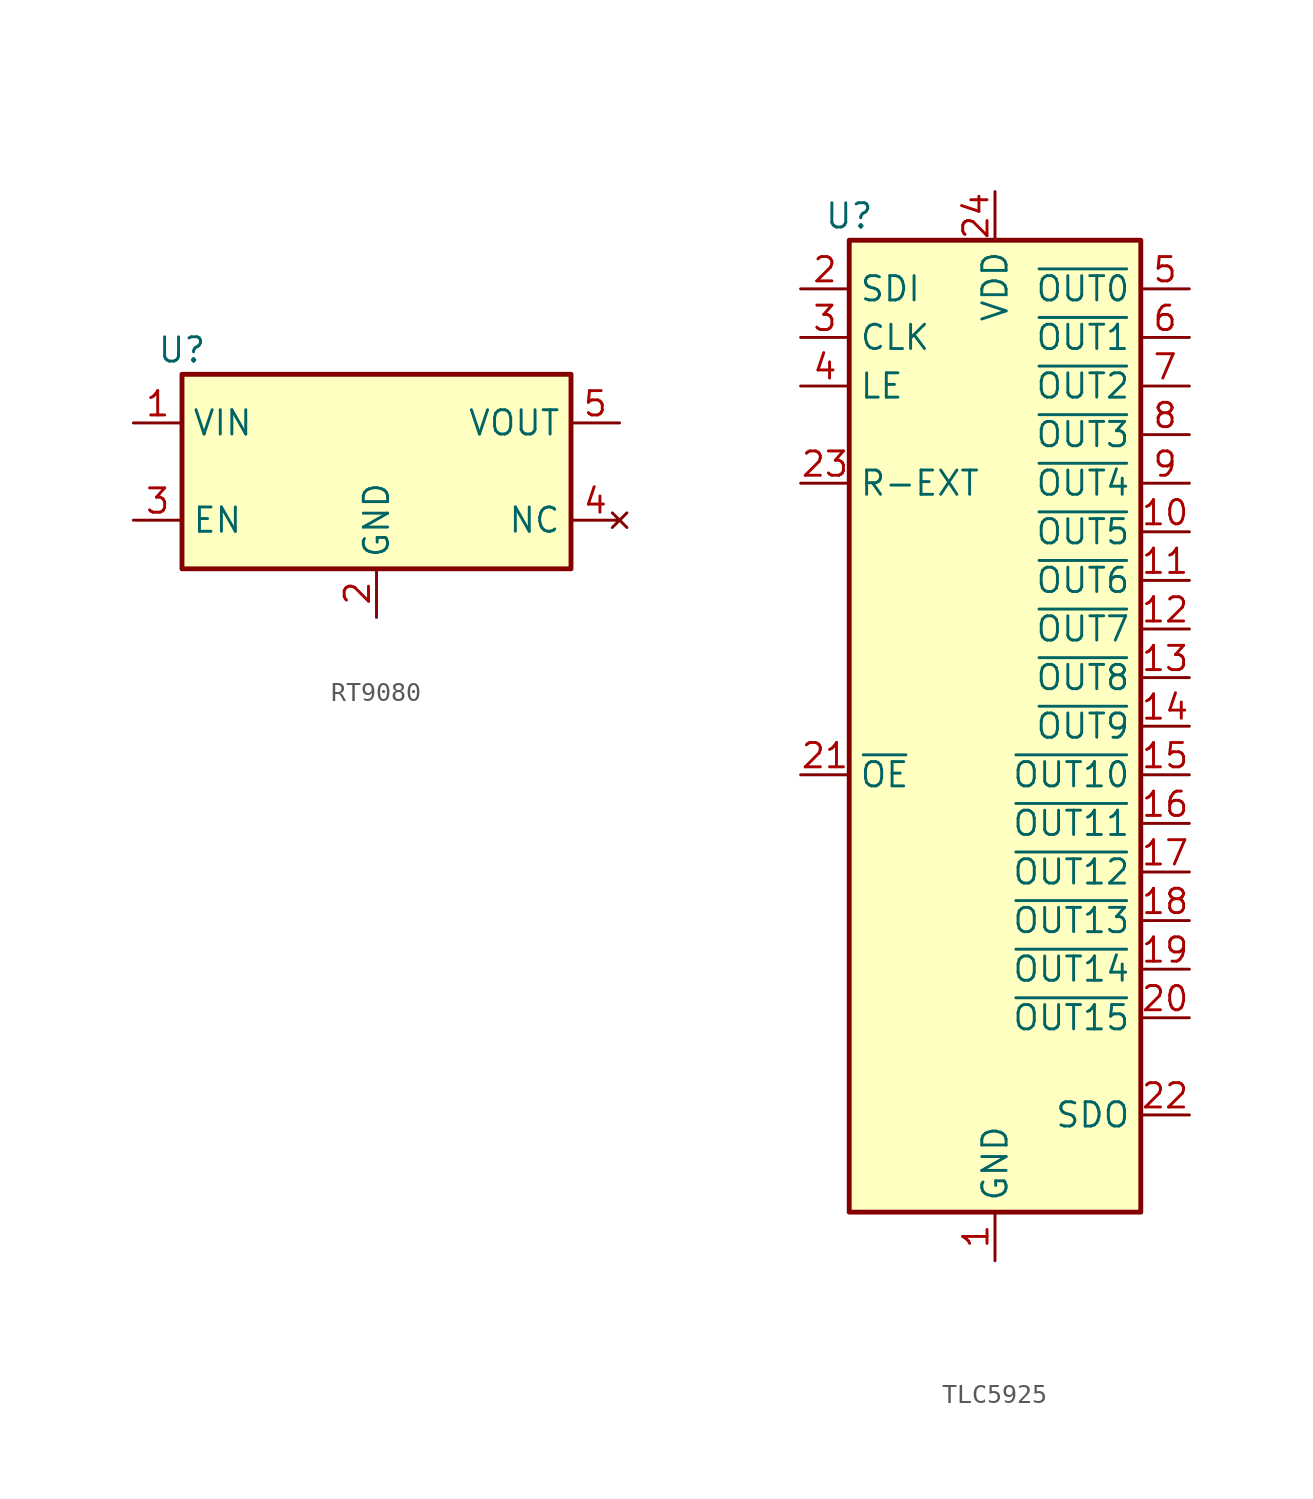
<source format=kicad_sym>
(kicad_symbol_lib
  (version 20231120)
  (generator "kicad_symbol_editor")
  (generator_version "8.0")
  (symbol "RT9080"
    (property "Reference" "U"
      (at -10.16 6.35 0)
      (effects (font (size 1.27 1.27))))
    (property "Value" ""
      (at 0 17.78 0)
      (effects (font (size 1.27 1.27))))
    (symbol "RT9080_0_1"
      (rectangle (start -10.16 5.08) (end 10.16 -5.08) (stroke (width 0.254) (type default)) (fill (type background))))
    (symbol "RT9080_1_0"
      (pin input line (at -12.7 -2.54 0) (length 2.54) (name "EN" (effects (font (size 1.27 1.27)))) (number "3" (effects (font (size 1.27 1.27)))))
      (pin no_connect line (at 12.7 -2.54 180) (length 2.54) (name "NC" (effects (font (size 1.27 1.27)))) (number "4" (effects (font (size 1.27 1.27)))))
      (pin power_out line (at 12.7 2.54 180) (length 2.54) (name "VOUT" (effects (font (size 1.27 1.27)))) (number "5" (effects (font (size 1.27 1.27))))))
    (symbol "RT9080_1_1"
      (pin power_in line (at -12.7 2.54 0) (length 2.54) (name "VIN" (effects (font (size 1.27 1.27)))) (number "1" (effects (font (size 1.27 1.27)))))
      (pin power_in line (at 0 -7.62 90) (length 2.54) (name "GND" (effects (font (size 1.27 1.27)))) (number "2" (effects (font (size 1.27 1.27)))))))
  (symbol "TLC5925"
    (property "Reference" "U"
      (at -7.62 26.67 0)
      (effects (font (size 1.27 1.27))))
    (property "Value" ""
      (at -7.62 -17.78 0)
      (effects (font (size 1.27 1.27))))
    (symbol "TLC5925_0_1"
      (rectangle (start -7.62 25.4) (end 7.62 -25.4) (stroke (width 0.254) (type default)) (fill (type background))))
    (symbol "TLC5925_1_1"
      (pin power_in line (at 0 -27.94 90) (length 2.54) (name "GND" (effects (font (size 1.27 1.27)))) (number "1" (effects (font (size 1.27 1.27)))))
      (pin output line (at 10.16 10.16 180) (length 2.54) (name "~{OUT5}" (effects (font (size 1.27 1.27)))) (number "10" (effects (font (size 1.27 1.27)))))
      (pin output line (at 10.16 7.62 180) (length 2.54) (name "~{OUT6}" (effects (font (size 1.27 1.27)))) (number "11" (effects (font (size 1.27 1.27)))))
      (pin output line (at 10.16 5.08 180) (length 2.54) (name "~{OUT7}" (effects (font (size 1.27 1.27)))) (number "12" (effects (font (size 1.27 1.27)))))
      (pin output line (at 10.16 2.54 180) (length 2.54) (name "~{OUT8}" (effects (font (size 1.27 1.27)))) (number "13" (effects (font (size 1.27 1.27)))))
      (pin output line (at 10.16 0 180) (length 2.54) (name "~{OUT9}" (effects (font (size 1.27 1.27)))) (number "14" (effects (font (size 1.27 1.27)))))
      (pin output line (at 10.16 -2.54 180) (length 2.54) (name "~{OUT10}" (effects (font (size 1.27 1.27)))) (number "15" (effects (font (size 1.27 1.27)))))
      (pin output line (at 10.16 -5.08 180) (length 2.54) (name "~{OUT11}" (effects (font (size 1.27 1.27)))) (number "16" (effects (font (size 1.27 1.27)))))
      (pin output line (at 10.16 -7.62 180) (length 2.54) (name "~{OUT12}" (effects (font (size 1.27 1.27)))) (number "17" (effects (font (size 1.27 1.27)))))
      (pin output line (at 10.16 -10.16 180) (length 2.54) (name "~{OUT13}" (effects (font (size 1.27 1.27)))) (number "18" (effects (font (size 1.27 1.27)))))
      (pin output line (at 10.16 -12.7 180) (length 2.54) (name "~{OUT14}" (effects (font (size 1.27 1.27)))) (number "19" (effects (font (size 1.27 1.27)))))
      (pin input line (at -10.16 22.86 0) (length 2.54) (name "SDI" (effects (font (size 1.27 1.27)))) (number "2" (effects (font (size 1.27 1.27)))))
      (pin output line (at 10.16 -15.24 180) (length 2.54) (name "~{OUT15}" (effects (font (size 1.27 1.27)))) (number "20" (effects (font (size 1.27 1.27)))))
      (pin input line (at -10.16 -2.54 0) (length 2.54) (name "~{OE}" (effects (font (size 1.27 1.27)))) (number "21" (effects (font (size 1.27 1.27)))))
      (pin output line (at 10.16 -20.32 180) (length 2.54) (name "SDO" (effects (font (size 1.27 1.27)))) (number "22" (effects (font (size 1.27 1.27)))))
      (pin passive line (at -10.16 12.7 0) (length 2.54) (name "R-EXT" (effects (font (size 1.27 1.27)))) (number "23" (effects (font (size 1.27 1.27)))))
      (pin power_in line (at 0 27.94 270) (length 2.54) (name "VDD" (effects (font (size 1.27 1.27)))) (number "24" (effects (font (size 1.27 1.27)))))
      (pin input line (at -10.16 20.32 0) (length 2.54) (name "CLK" (effects (font (size 1.27 1.27)))) (number "3" (effects (font (size 1.27 1.27)))))
      (pin input line (at -10.16 17.78 0) (length 2.54) (name "LE" (effects (font (size 1.27 1.27)))) (number "4" (effects (font (size 1.27 1.27)))))
      (pin output line (at 10.16 22.86 180) (length 2.54) (name "~{OUT0}" (effects (font (size 1.27 1.27)))) (number "5" (effects (font (size 1.27 1.27)))))
      (pin output line (at 10.16 20.32 180) (length 2.54) (name "~{OUT1}" (effects (font (size 1.27 1.27)))) (number "6" (effects (font (size 1.27 1.27)))))
      (pin output line (at 10.16 17.78 180) (length 2.54) (name "~{OUT2}" (effects (font (size 1.27 1.27)))) (number "7" (effects (font (size 1.27 1.27)))))
      (pin output line (at 10.16 15.24 180) (length 2.54) (name "~{OUT3}" (effects (font (size 1.27 1.27)))) (number "8" (effects (font (size 1.27 1.27)))))
      (pin output line (at 10.16 12.7 180) (length 2.54) (name "~{OUT4}" (effects (font (size 1.27 1.27)))) (number "9" (effects (font (size 1.27 1.27))))))))
</source>
